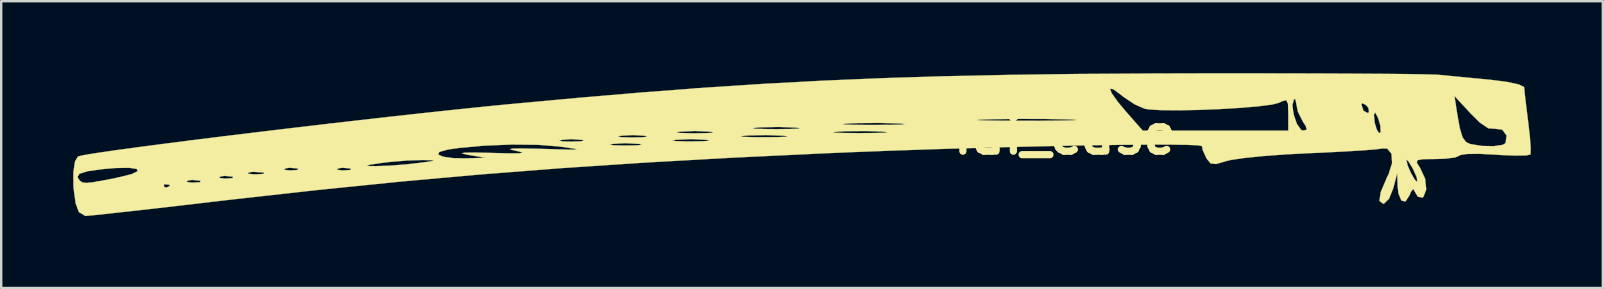
<source format=kicad_pcb>
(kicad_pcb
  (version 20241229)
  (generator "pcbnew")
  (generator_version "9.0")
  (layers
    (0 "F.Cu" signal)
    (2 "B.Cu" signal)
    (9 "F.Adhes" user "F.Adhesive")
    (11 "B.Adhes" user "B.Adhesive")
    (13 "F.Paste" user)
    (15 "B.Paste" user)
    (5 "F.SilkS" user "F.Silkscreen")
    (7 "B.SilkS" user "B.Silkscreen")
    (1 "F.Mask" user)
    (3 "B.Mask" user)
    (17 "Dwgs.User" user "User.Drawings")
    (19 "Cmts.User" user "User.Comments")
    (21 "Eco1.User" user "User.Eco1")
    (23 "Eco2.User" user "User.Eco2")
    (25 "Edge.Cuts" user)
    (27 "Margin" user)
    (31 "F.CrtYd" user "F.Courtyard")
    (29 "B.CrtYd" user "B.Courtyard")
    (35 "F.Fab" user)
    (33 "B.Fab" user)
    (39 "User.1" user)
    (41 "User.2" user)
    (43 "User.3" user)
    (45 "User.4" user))
  (footprint "iai_case"
    (layer "F.Cu")
    (at 41.312 2.559)
    (property "Reference" "iai_case" (at 0 0 0) (layer "F.SilkS") (effects (font (size 1.524 1.524) (thickness 0.3))))
    (attr through_hole)
    (fp_poly (pts (xy 9.098 -2.552) (xy 10.653 -2.548) (xy 12.057 -2.541) (xy 13.276 -2.533) (xy 14.275 -2.523) (xy 15.019 -2.511) (xy 15.475 -2.498) (xy 15.579 -2.491) (xy 16.124 -2.439) (xy 16.859 -2.369) (xy 17.637 -2.294) (xy 17.738 -2.285) (xy 18.424 -2.198) (xy 18.91 -2.093) (xy 19.132 -1.986) (xy 19.14 -1.965) (xy 19.163 -1.714) (xy 19.219 -1.228) (xy 19.297 -0.606) (xy 19.307 -0.531) (xy 19.377 0.087) (xy 19.412 0.567) (xy 19.405 0.816) (xy 19.4 0.828) (xy 19.212 0.867) (xy 18.769 0.874) (xy 18.156 0.849) (xy 17.921 0.833) (xy 17.27 0.8) (xy 16.763 0.806) (xy 16.483 0.848) (xy 16.454 0.871) (xy 16.267 0.951) (xy 15.847 1.004) (xy 15.47 1.016) (xy 14.944 1.022) (xy 14.696 1.062) (xy 14.668 1.17) (xy 14.799 1.381) (xy 14.807 1.392) (xy 15.012 1.836) (xy 15.061 2.279) (xy 14.944 2.59) (xy 14.9 2.625) (xy 14.71 2.585) (xy 14.618 2.439) (xy 14.519 2.262) (xy 14.423 2.38) (xy 14.366 2.524) (xy 14.194 2.785) (xy 14.023 2.747) (xy 13.899 2.444) (xy 13.868 2.149) (xy 13.85 1.609) (xy 13.682 2.244) (xy 13.509 2.671) (xy 13.301 2.873) (xy 13.264 2.879) (xy 13.109 2.761) (xy 13.161 2.401) (xy 13.42 1.787) (xy 13.492 1.643) (xy 13.637 1.183) (xy 13.628 1.05) (xy 14.231 1.05) (xy 14.286 1.286) (xy 14.424 1.605) (xy 14.58 1.875) (xy 14.686 1.965) (xy 14.688 1.963) (xy 14.665 1.783) (xy 14.514 1.441) (xy 14.498 1.412) (xy 14.321 1.12) (xy 14.233 1.041) (xy 14.231 1.05) (xy 13.628 1.05) (xy 13.611 0.799) (xy 13.435 0.582) (xy 13.237 0.577) (xy 12.978 0.611) (xy 12.445 0.654) (xy 11.7 0.7) (xy 10.807 0.746) (xy 10.16 0.774) (xy 9.169 0.826) (xy 8.249 0.895) (xy 7.476 0.974) (xy 6.922 1.055) (xy 6.727 1.103) (xy 6.306 1.225) (xy 6.077 1.201) (xy 5.918 1.01) (xy 5.887 0.955) (xy 5.743 0.635) (xy 5.717 0.48) (xy 5.564 0.447) (xy 5.106 0.426) (xy 4.378 0.416) (xy 3.412 0.417) (xy 2.243 0.427) (xy 0.904 0.447) (xy -0.571 0.476) (xy -2.149 0.513) (xy -3.795 0.557) (xy -5.476 0.608) (xy -7.158 0.665) (xy -8.807 0.728) (xy -9.906 0.774) (xy -13.819 0.959) (xy -17.475 1.164) (xy -20.955 1.395) (xy -24.342 1.659) (xy -27.717 1.961) (xy -31.162 2.31) (xy -34.757 2.71) (xy -35.543 2.801) (xy -36.815 2.95) (xy -37.987 3.085) (xy -39.015 3.2) (xy -39.852 3.292) (xy -40.455 3.356) (xy -40.779 3.385) (xy -40.813 3.387) (xy -41.076 3.227) (xy -41.212 2.857) (xy -41.301 2.192) (xy -41.302 2.088) (xy -37.536 2.088) (xy -37.512 2.189) (xy -37.423 2.201) (xy -37.283 2.139) (xy -37.31 2.088) (xy -37.511 2.068) (xy -37.536 2.088) (xy -41.302 2.088) (xy -41.305 1.771) (xy -41.136 1.771) (xy -41.035 1.919) (xy -40.934 1.99) (xy -40.768 2.013) (xy -40.465 1.981) (xy -40.396 1.969) (xy -36.599 1.969) (xy -36.375 1.998) (xy -36.322 1.999) (xy -36.033 1.981) (xy -36.007 1.928) (xy -36.022 1.921) (xy -36.359 1.887) (xy -36.53 1.915) (xy -36.599 1.969) (xy -40.396 1.969) (xy -39.953 1.889) (xy -39.499 1.799) (xy -35.245 1.799) (xy -35.02 1.829) (xy -34.967 1.83) (xy -34.678 1.811) (xy -34.653 1.758) (xy -34.668 1.752) (xy -35.004 1.718) (xy -35.176 1.745) (xy -35.245 1.799) (xy -39.499 1.799) (xy -39.455 1.79) (xy -38.881 1.647) (xy -38.836 1.626) (xy -34.046 1.626) (xy -33.812 1.652) (xy -33.697 1.654) (xy -33.389 1.636) (xy -33.353 1.592) (xy -33.401 1.577) (xy -33.83 1.55) (xy -33.994 1.577) (xy -34.046 1.626) (xy -38.836 1.626) (xy -38.625 1.523) (xy -38.652 1.461) (xy -32.535 1.461) (xy -32.311 1.49) (xy -32.258 1.491) (xy -31.969 1.473) (xy -31.963 1.461) (xy -30.334 1.461) (xy -30.109 1.49) (xy -30.057 1.491) (xy -29.767 1.473) (xy -29.742 1.42) (xy -29.757 1.413) (xy -30.093 1.379) (xy -30.265 1.407) (xy -30.334 1.461) (xy -31.963 1.461) (xy -31.943 1.42) (xy -31.958 1.413) (xy -32.295 1.379) (xy -32.466 1.407) (xy -32.535 1.461) (xy -38.652 1.461) (xy -38.665 1.431) (xy -38.98 1.382) (xy -39.549 1.391) (xy -40.051 1.433) (xy -40.703 1.523) (xy -41.053 1.63) (xy -41.136 1.771) (xy -41.305 1.771) (xy -41.307 1.579) (xy -41.263 1.29) (xy -29.098 1.29) (xy -28.963 1.308) (xy -28.702 1.312) (xy -28.143 1.294) (xy -27.443 1.239) (xy -27.009 1.192) (xy -26.481 1.124) (xy -26.273 1.085) (xy -26.367 1.066) (xy -26.745 1.058) (xy -26.755 1.058) (xy -27.389 1.078) (xy -28.125 1.139) (xy -28.448 1.178) (xy -28.933 1.249) (xy -29.098 1.29) (xy -41.263 1.29) (xy -41.236 1.116) (xy -41.115 0.911) (xy -40.894 0.857) (xy -40.712 0.827) (xy -26.108 0.827) (xy -25.902 0.919) (xy -25.482 0.979) (xy -24.977 0.988) (xy -24.13 0.965) (xy -24.892 0.836) (xy -25.121 0.782) (xy -25.022 0.752) (xy -24.591 0.746) (xy -23.876 0.762) (xy -23.129 0.78) (xy -22.704 0.776) (xy -22.585 0.748) (xy -22.756 0.697) (xy -22.86 0.676) (xy -23.102 0.618) (xy -23.049 0.584) (xy -22.689 0.574) (xy -22.009 0.587) (xy -21.759 0.594) (xy -20.968 0.617) (xy -20.496 0.626) (xy -20.321 0.617) (xy -20.424 0.587) (xy -20.784 0.533) (xy -21.082 0.492) (xy -21.966 0.423) (xy -22.447 0.419) (xy -18.966 0.419) (xy -18.793 0.443) (xy -18.358 0.454) (xy -18.288 0.454) (xy -17.823 0.445) (xy -17.616 0.422) (xy -17.705 0.39) (xy -17.738 0.386) (xy -18.331 0.357) (xy -18.838 0.386) (xy -18.966 0.419) (xy -22.447 0.419) (xy -23.045 0.413) (xy -24.184 0.459) (xy -25.245 0.556) (xy -25.713 0.624) (xy -26.059 0.722) (xy -26.108 0.827) (xy -40.712 0.827) (xy -40.373 0.771) (xy -39.587 0.656) (xy -38.574 0.518) (xy -37.369 0.361) (xy -36.543 0.256) (xy -21.07 0.256) (xy -20.887 0.283) (xy -20.574 0.29) (xy -20.172 0.279) (xy -20.026 0.249) (xy -20.036 0.246) (xy -16.363 0.246) (xy -16.208 0.269) (xy -15.786 0.281) (xy -15.579 0.282) (xy -15.07 0.274) (xy -14.817 0.255) (xy -14.854 0.227) (xy -14.944 0.215) (xy -15.58 0.188) (xy -16.214 0.215) (xy -16.363 0.246) (xy -20.036 0.246) (xy -20.106 0.219) (xy -20.571 0.189) (xy -20.953 0.217) (xy -21.07 0.256) (xy -36.543 0.256) (xy -36.009 0.188) (xy -35.141 0.081) (xy -18.636 0.081) (xy -18.473 0.106) (xy -18.041 0.117) (xy -18.034 0.117) (xy -17.584 0.108) (xy -17.386 0.083) (xy -17.42 0.071) (xy -13.522 0.071) (xy -13.403 0.092) (xy -13.007 0.105) (xy -12.531 0.108) (xy -11.943 0.103) (xy -11.607 0.088) (xy -11.553 0.065) (xy -11.726 0.045) (xy -12.436 0.019) (xy -13.183 0.035) (xy -13.335 0.045) (xy -13.522 0.071) (xy -17.42 0.071) (xy -17.481 0.048) (xy -17.996 0.019) (xy -18.497 0.047) (xy -18.636 0.081) (xy -35.141 0.081) (xy -34.53 0.006) (xy -33.712 -0.093) (xy -16.193 -0.093) (xy -16.039 -0.07) (xy -15.617 -0.058) (xy -15.409 -0.057) (xy -14.901 -0.064) (xy -14.647 -0.084) (xy -14.671 -0.102) (xy -9.666 -0.102) (xy -9.587 -0.082) (xy -9.225 -0.069) (xy -8.606 -0.063) (xy -8.551 -0.063) (xy -7.905 -0.068) (xy -7.502 -0.081) (xy -7.375 -0.1) (xy -7.553 -0.123) (xy -7.571 -0.125) (xy -8.28 -0.149) (xy -9.077 -0.142) (xy -9.434 -0.125) (xy -9.666 -0.102) (xy -14.671 -0.102) (xy -14.685 -0.112) (xy -14.774 -0.123) (xy -15.41 -0.151) (xy -16.044 -0.123) (xy -16.193 -0.093) (xy -33.712 -0.093) (xy -32.968 -0.183) (xy -32.252 -0.268) (xy -13.014 -0.268) (xy -12.895 -0.247) (xy -12.499 -0.234) (xy -12.023 -0.23) (xy -11.435 -0.236) (xy -11.099 -0.251) (xy -11.045 -0.273) (xy -11.218 -0.294) (xy -11.928 -0.32) (xy -12.675 -0.304) (xy -12.827 -0.294) (xy -13.014 -0.268) (xy -32.252 -0.268) (xy -31.359 -0.373) (xy -30.765 -0.442) (xy -9.256 -0.442) (xy -9.183 -0.424) (xy -8.826 -0.411) (xy -8.213 -0.404) (xy -7.959 -0.404) (xy -7.267 -0.408) (xy -6.822 -0.419) (xy -6.653 -0.436) (xy -6.785 -0.457) (xy -6.9 -0.464) (xy -7.706 -0.488) (xy -8.585 -0.481) (xy -9.017 -0.464) (xy -9.256 -0.442) (xy -30.765 -0.442) (xy -29.741 -0.561) (xy -29.358 -0.604) (xy -3.651 -0.604) (xy -3.395 -0.593) (xy -2.863 -0.584) (xy -2.076 -0.58) (xy -1.609 -0.579) (xy -0.699 -0.581) (xy -0.027 -0.588) (xy 0.383 -0.598) (xy 0.51 -0.611) (xy 0.331 -0.626) (xy 0.136 -0.634) (xy -0.817 -0.653) (xy -1.914 -0.656) (xy -2.96 -0.642) (xy -3.251 -0.634) (xy -3.61 -0.619) (xy -3.651 -0.604) (xy -29.358 -0.604) (xy -28.148 -0.742) (xy -26.618 -0.91) (xy -25.186 -1.063) (xy -23.89 -1.196) (xy -23.178 -1.265) (xy -20.287 -1.531) (xy -17.588 -1.76) (xy -15.508 -1.917) (xy 1.885 -1.917) (xy 1.949 -1.734) (xy 2.214 -1.361) (xy 2.554 -0.955) (xy 3.246 -0.169) (xy 9.313 -0.169) (xy 9.313 -0.853) (xy 9.302 -1.223) (xy 9.482 -1.223) (xy 9.537 -0.833) (xy 9.672 -0.445) (xy 9.847 -0.198) (xy 9.923 -0.169) (xy 10.084 -0.204) (xy 10.035 -0.366) (xy 9.916 -0.546) (xy 9.78 -0.818) (xy 12.88 -0.818) (xy 12.911 -0.497) (xy 12.999 -0.208) (xy 13.1 -0.06) (xy 13.159 -0.108) (xy 13.146 -0.386) (xy 13.054 -0.692) (xy 12.931 -0.925) (xy 12.881 -0.83) (xy 12.88 -0.818) (xy 9.78 -0.818) (xy 9.713 -0.953) (xy 9.653 -1.247) (xy 12.361 -1.247) (xy 12.445 -0.999) (xy 12.612 -0.902) (xy 12.675 -0.934) (xy 12.651 -1.108) (xy 12.562 -1.222) (xy 12.391 -1.317) (xy 12.361 -1.247) (xy 9.653 -1.247) (xy 9.652 -1.251) (xy 9.609 -1.473) (xy 9.547 -1.475) (xy 9.482 -1.223) (xy 9.302 -1.223) (xy 9.301 -1.28) (xy 9.227 -1.436) (xy 9.039 -1.386) (xy 8.932 -1.329) (xy 8.629 -1.251) (xy 8.063 -1.179) (xy 7.313 -1.115) (xy 6.455 -1.064) (xy 5.566 -1.029) (xy 4.723 -1.013) (xy 4.004 -1.02) (xy 3.484 -1.053) (xy 3.326 -1.08) (xy 2.917 -1.259) (xy 2.457 -1.564) (xy 2.402 -1.609) (xy 16.236 -1.609) (xy 16.34 -0.931) (xy 16.455 -0.278) (xy 16.572 0.112) (xy 16.724 0.314) (xy 16.899 0.393) (xy 17.381 0.471) (xy 17.873 0.481) (xy 18.246 0.425) (xy 18.363 0.354) (xy 18.407 0.039) (xy 18.228 -0.205) (xy 17.922 -0.245) (xy 17.922 -0.245) (xy 17.645 -0.263) (xy 17.292 -0.502) (xy 16.916 -0.875) (xy 16.236 -1.609) (xy 2.402 -1.609) (xy 2.384 -1.624) (xy 2.028 -1.888) (xy 1.885 -1.917) (xy -15.508 -1.917) (xy -15.025 -1.954) (xy -12.543 -2.116) (xy -10.086 -2.248) (xy -7.599 -2.353) (xy -5.026 -2.433) (xy -2.313 -2.49) (xy 0.597 -2.528) (xy 3.759 -2.548) (xy 5.673 -2.553) (xy 7.427 -2.554) (xy 9.098 -2.552)) (stroke (width 0.01) (type solid)) (fill yes) (layer "F.SilkS")))
  (gr_rect
    (start -3 -3)
    (end 63.729 8.95)
    (stroke (width 0.1) (type default))
    (fill no)
    (layer "Edge.Cuts")))
</source>
